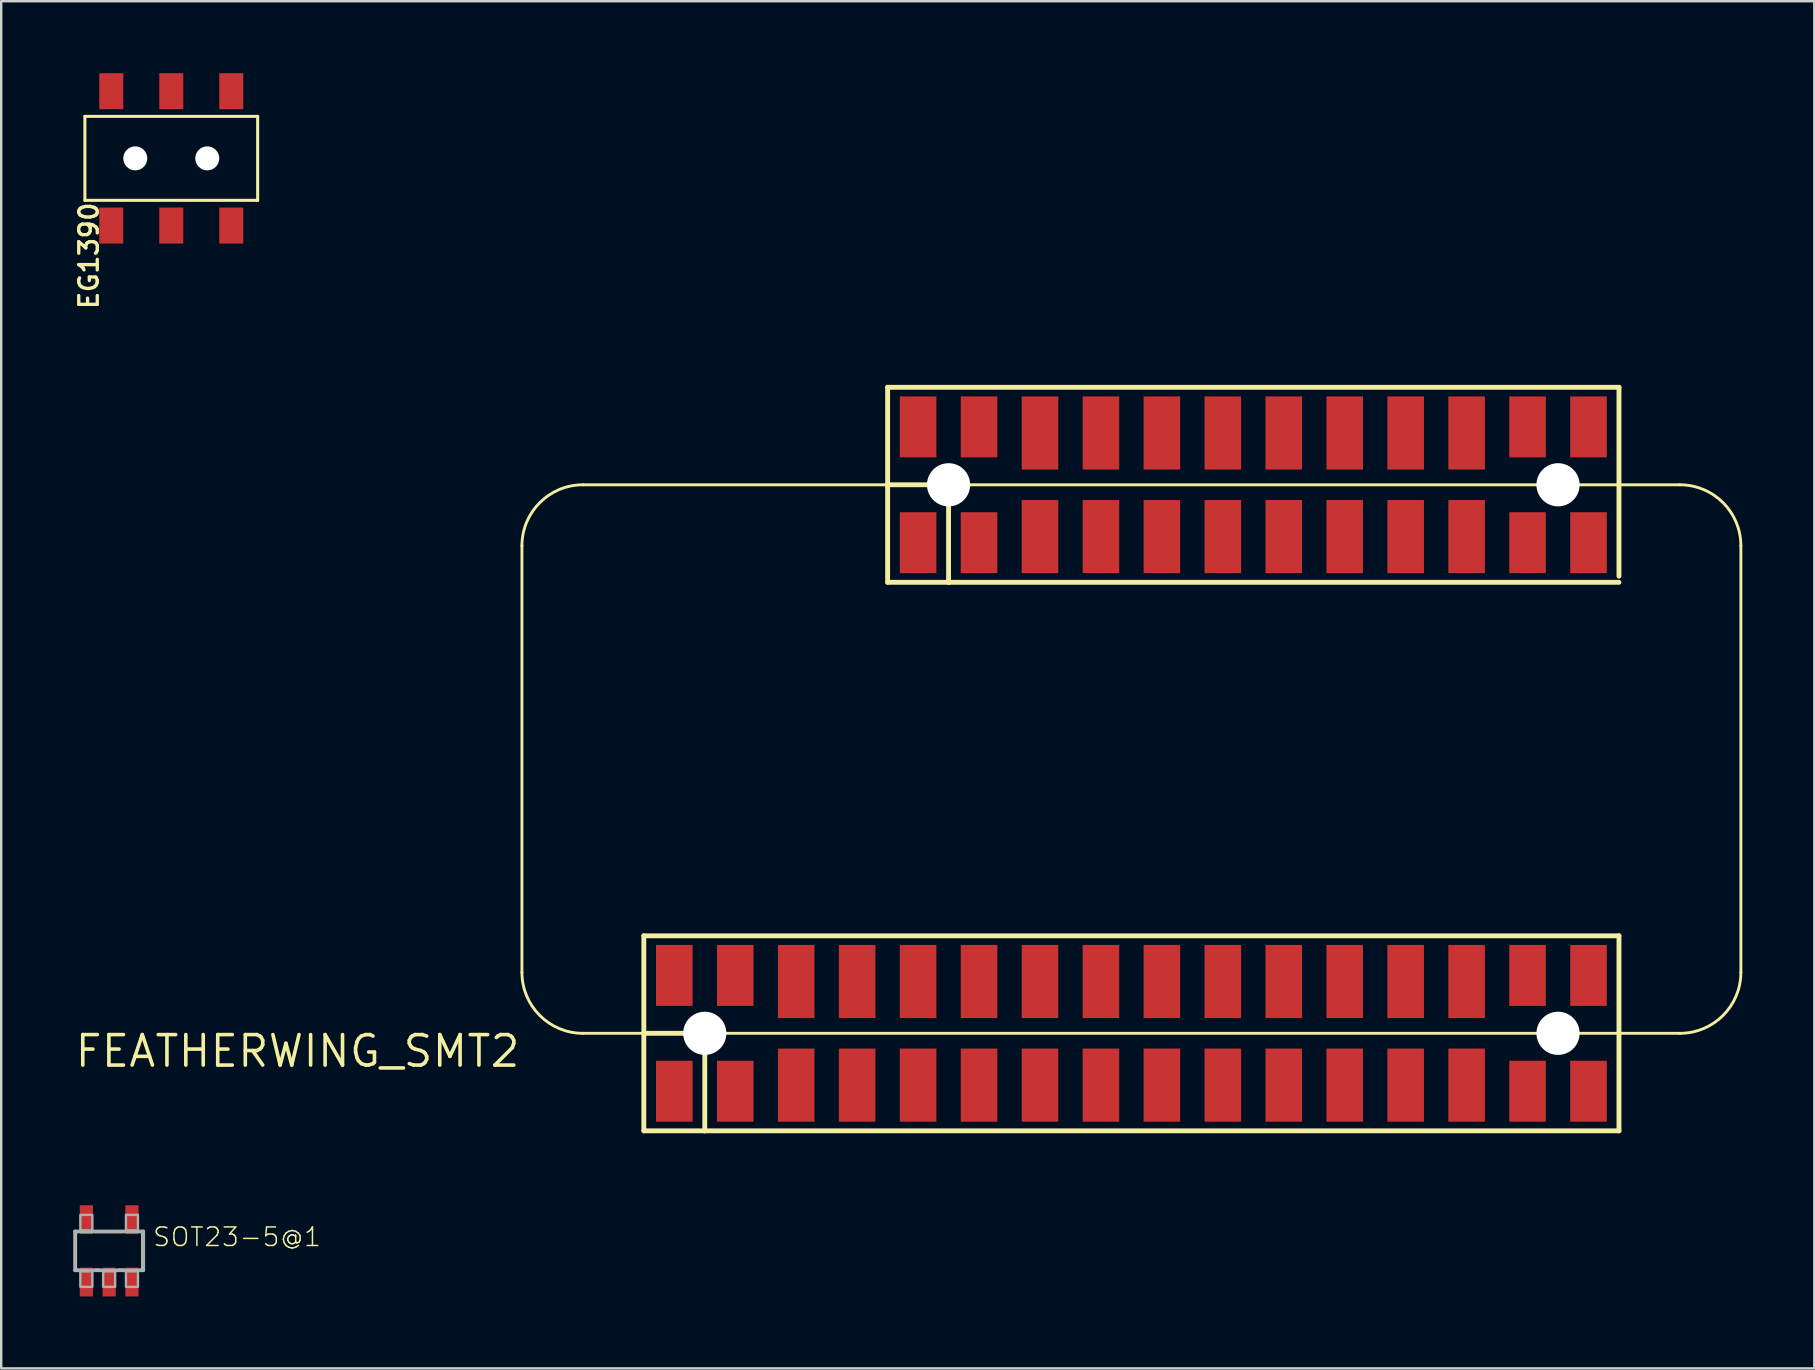
<source format=kicad_pcb>
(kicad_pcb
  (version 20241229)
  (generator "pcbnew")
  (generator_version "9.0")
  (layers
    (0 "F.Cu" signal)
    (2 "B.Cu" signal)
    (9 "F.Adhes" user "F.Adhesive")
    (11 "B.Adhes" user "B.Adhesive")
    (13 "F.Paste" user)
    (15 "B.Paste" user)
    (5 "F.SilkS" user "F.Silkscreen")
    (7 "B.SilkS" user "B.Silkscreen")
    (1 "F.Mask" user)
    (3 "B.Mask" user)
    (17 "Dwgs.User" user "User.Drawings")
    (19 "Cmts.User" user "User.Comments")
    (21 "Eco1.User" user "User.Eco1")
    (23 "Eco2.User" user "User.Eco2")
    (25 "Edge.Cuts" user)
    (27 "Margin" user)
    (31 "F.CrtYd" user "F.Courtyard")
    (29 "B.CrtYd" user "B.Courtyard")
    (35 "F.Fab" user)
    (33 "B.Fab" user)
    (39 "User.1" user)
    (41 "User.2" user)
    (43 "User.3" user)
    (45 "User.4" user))
  (footprint "FEATHERWING_SMT2"
    (layer "F.Cu")
    (at 18.702 40.014)
    (property "Reference" "FEATHERWING_SMT2" (at 0 0 0) (layer "F.SilkS") (effects (font (size 1.27 1.27) (thickness 0.15)) (justify right top)))
    (attr through_hole)
    (fp_line (start 0 -20.32) (end 0 -2.54) (stroke (width 0.12) (type solid)) (layer "F.SilkS"))
    (fp_line (start 2.54 0) (end 48.26 0) (stroke (width 0.12) (type solid)) (layer "F.SilkS"))
    (fp_line (start 5.08 -4.064) (end 45.72 -4.064) (stroke (width 0.203) (type solid)) (layer "F.SilkS"))
    (fp_line (start 5.08 0) (end 5.08 -4.064) (stroke (width 0.203) (type solid)) (layer "F.SilkS"))
    (fp_line (start 5.08 0) (end 7.62 0) (stroke (width 0.203) (type solid)) (layer "F.SilkS"))
    (fp_line (start 5.08 4.064) (end 5.08 0) (stroke (width 0.203) (type solid)) (layer "F.SilkS"))
    (fp_line (start 7.62 0) (end 7.62 4.064) (stroke (width 0.203) (type solid)) (layer "F.SilkS"))
    (fp_line (start 7.62 4.064) (end 5.08 4.064) (stroke (width 0.203) (type solid)) (layer "F.SilkS"))
    (fp_line (start 15.24 -26.924) (end 45.72 -26.924) (stroke (width 0.203) (type solid)) (layer "F.SilkS"))
    (fp_line (start 15.24 -22.86) (end 15.24 -26.924) (stroke (width 0.203) (type solid)) (layer "F.SilkS"))
    (fp_line (start 15.24 -22.86) (end 17.78 -22.86) (stroke (width 0.203) (type solid)) (layer "F.SilkS"))
    (fp_line (start 15.24 -18.796) (end 15.24 -22.86) (stroke (width 0.203) (type solid)) (layer "F.SilkS"))
    (fp_line (start 17.78 -22.86) (end 17.78 -18.796) (stroke (width 0.203) (type solid)) (layer "F.SilkS"))
    (fp_line (start 17.78 -18.796) (end 15.24 -18.796) (stroke (width 0.203) (type solid)) (layer "F.SilkS"))
    (fp_line (start 45.72 -22.86) (end 2.54 -22.86) (stroke (width 0.12) (type solid)) (layer "F.SilkS"))
    (fp_line (start 45.72 -22.86) (end 45.72 -26.924) (stroke (width 0.203) (type solid)) (layer "F.SilkS"))
    (fp_line (start 45.72 -19.05) (end 45.72 -22.86) (stroke (width 0.203) (type solid)) (layer "F.SilkS"))
    (fp_line (start 45.72 -18.796) (end 17.78 -18.796) (stroke (width 0.203) (type solid)) (layer "F.SilkS"))
    (fp_line (start 45.72 -4.064) (end 45.72 4.064) (stroke (width 0.203) (type solid)) (layer "F.SilkS"))
    (fp_line (start 45.72 4.064) (end 7.62 4.064) (stroke (width 0.203) (type solid)) (layer "F.SilkS"))
    (fp_line (start 48.26 -22.86) (end 45.72 -22.86) (stroke (width 0.12) (type solid)) (layer "F.SilkS"))
    (fp_line (start 50.8 -2.54) (end 50.8 -20.32) (stroke (width 0.12) (type solid)) (layer "F.SilkS"))
    (fp_arc (start 0 -20.32) (mid 0.743949 -22.116051) (end 2.54 -22.86) (stroke (width 0.12) (type solid)) (layer "F.SilkS"))
    (fp_arc (start 2.54 0) (mid 0.743949 -0.743949) (end 0 -2.54) (stroke (width 0.12) (type solid)) (layer "F.SilkS"))
    (fp_arc (start 48.26 -22.86) (mid 50.056051 -22.116051) (end 50.8 -20.32) (stroke (width 0.12) (type solid)) (layer "F.SilkS"))
    (fp_arc (start 50.8 -2.54) (mid 50.056051 -0.743949) (end 48.26 0) (stroke (width 0.12) (type solid)) (layer "F.SilkS"))
    (pad "" np_thru_hole circle (at 7.62 0) (size 1.8 1.8) (drill 1.8) (layers "*.Cu" "*.Mask"))
    (pad "" np_thru_hole circle (at 17.78 -22.86) (size 1.8 1.8) (drill 1.8) (layers "*.Cu" "*.Mask"))
    (pad "" np_thru_hole circle (at 43.18 -22.86) (size 1.8 1.8) (drill 1.8) (layers "*.Cu" "*.Mask"))
    (pad "" np_thru_hole circle (at 43.18 0) (size 1.8 1.8) (drill 1.8) (layers "*.Cu" "*.Mask"))
    (pad "1" smd rect (at 6.35 -2.413 90) (size 2.54 1.524) (layers "F.Cu" "F.Mask" "F.Paste"))
    (pad "1'" smd rect (at 6.35 2.413 90) (size 2.54 1.524) (layers "F.Cu" "F.Mask" "F.Paste"))
    (pad "2" smd rect (at 8.89 -2.413 270) (size 2.54 1.524) (layers "F.Cu" "F.Mask" "F.Paste"))
    (pad "2'" smd rect (at 8.89 2.413 90) (size 2.54 1.524) (layers "F.Cu" "F.Mask" "F.Paste"))
    (pad "3" smd rect (at 11.43 -2.159 270) (size 3.048 1.524) (layers "F.Cu" "F.Mask" "F.Paste"))
    (pad "3'" smd rect (at 11.43 2.159 90) (size 3.048 1.524) (layers "F.Cu" "F.Mask" "F.Paste"))
    (pad "4" smd rect (at 13.97 -2.159 270) (size 3.048 1.524) (layers "F.Cu" "F.Mask" "F.Paste"))
    (pad "4'" smd rect (at 13.97 2.159 90) (size 3.048 1.524) (layers "F.Cu" "F.Mask" "F.Paste"))
    (pad "5" smd rect (at 16.51 -2.159 270) (size 3.048 1.524) (layers "F.Cu" "F.Mask" "F.Paste"))
    (pad "5'" smd rect (at 16.51 2.159 90) (size 3.048 1.524) (layers "F.Cu" "F.Mask" "F.Paste"))
    (pad "6" smd rect (at 19.05 -2.159 270) (size 3.048 1.524) (layers "F.Cu" "F.Mask" "F.Paste"))
    (pad "6'" smd rect (at 19.05 2.159 90) (size 3.048 1.524) (layers "F.Cu" "F.Mask" "F.Paste"))
    (pad "7" smd rect (at 21.59 -2.159 270) (size 3.048 1.524) (layers "F.Cu" "F.Mask" "F.Paste"))
    (pad "7'" smd rect (at 21.59 2.159 90) (size 3.048 1.524) (layers "F.Cu" "F.Mask" "F.Paste"))
    (pad "8" smd rect (at 24.13 -2.159 270) (size 3.048 1.524) (layers "F.Cu" "F.Mask" "F.Paste"))
    (pad "8'" smd rect (at 24.13 2.159 90) (size 3.048 1.524) (layers "F.Cu" "F.Mask" "F.Paste"))
    (pad "9" smd rect (at 26.67 -2.159 270) (size 3.048 1.524) (layers "F.Cu" "F.Mask" "F.Paste"))
    (pad "9'" smd rect (at 26.67 2.159 90) (size 3.048 1.524) (layers "F.Cu" "F.Mask" "F.Paste"))
    (pad "10" smd rect (at 29.21 -2.159 270) (size 3.048 1.524) (layers "F.Cu" "F.Mask" "F.Paste"))
    (pad "10'" smd rect (at 29.21 2.159 90) (size 3.048 1.524) (layers "F.Cu" "F.Mask" "F.Paste"))
    (pad "11" smd rect (at 31.75 -2.159 270) (size 3.048 1.524) (layers "F.Cu" "F.Mask" "F.Paste"))
    (pad "11'" smd rect (at 31.75 2.159 90) (size 3.048 1.524) (layers "F.Cu" "F.Mask" "F.Paste"))
    (pad "12" smd rect (at 34.29 -2.159 270) (size 3.048 1.524) (layers "F.Cu" "F.Mask" "F.Paste"))
    (pad "12'" smd rect (at 34.29 2.159 90) (size 3.048 1.524) (layers "F.Cu" "F.Mask" "F.Paste"))
    (pad "13" smd rect (at 36.83 -2.159 270) (size 3.048 1.524) (layers "F.Cu" "F.Mask" "F.Paste"))
    (pad "13'" smd rect (at 36.83 2.159 90) (size 3.048 1.524) (layers "F.Cu" "F.Mask" "F.Paste"))
    (pad "14" smd rect (at 39.37 -2.159 270) (size 3.048 1.524) (layers "F.Cu" "F.Mask" "F.Paste"))
    (pad "14'" smd rect (at 39.37 2.159 90) (size 3.048 1.524) (layers "F.Cu" "F.Mask" "F.Paste"))
    (pad "15" smd rect (at 41.91 -2.413 270) (size 2.54 1.524) (layers "F.Cu" "F.Mask" "F.Paste"))
    (pad "15'" smd rect (at 41.91 2.413 90) (size 2.54 1.524) (layers "F.Cu" "F.Mask" "F.Paste"))
    (pad "16" smd rect (at 44.45 -2.413 270) (size 2.54 1.524) (layers "F.Cu" "F.Mask" "F.Paste"))
    (pad "16'" smd rect (at 44.45 2.413 90) (size 2.54 1.524) (layers "F.Cu" "F.Mask" "F.Paste"))
    (pad "17" smd rect (at 44.45 -20.447 90) (size 2.54 1.524) (layers "F.Cu" "F.Mask" "F.Paste"))
    (pad "17'" smd rect (at 44.45 -25.273 270) (size 2.54 1.524) (layers "F.Cu" "F.Mask" "F.Paste"))
    (pad "18" smd rect (at 41.91 -20.447 90) (size 2.54 1.524) (layers "F.Cu" "F.Mask" "F.Paste"))
    (pad "18'" smd rect (at 41.91 -25.273 270) (size 2.54 1.524) (layers "F.Cu" "F.Mask" "F.Paste"))
    (pad "19" smd rect (at 39.37 -20.701 90) (size 3.048 1.524) (layers "F.Cu" "F.Mask" "F.Paste"))
    (pad "19'" smd rect (at 39.37 -25.019 270) (size 3.048 1.524) (layers "F.Cu" "F.Mask" "F.Paste"))
    (pad "20" smd rect (at 36.83 -20.701 90) (size 3.048 1.524) (layers "F.Cu" "F.Mask" "F.Paste"))
    (pad "20'" smd rect (at 36.83 -25.019 270) (size 3.048 1.524) (layers "F.Cu" "F.Mask" "F.Paste"))
    (pad "21" smd rect (at 34.29 -20.701 90) (size 3.048 1.524) (layers "F.Cu" "F.Mask" "F.Paste"))
    (pad "21'" smd rect (at 34.29 -25.019 270) (size 3.048 1.524) (layers "F.Cu" "F.Mask" "F.Paste"))
    (pad "22" smd rect (at 31.75 -20.701 90) (size 3.048 1.524) (layers "F.Cu" "F.Mask" "F.Paste"))
    (pad "22'" smd rect (at 31.75 -25.019 270) (size 3.048 1.524) (layers "F.Cu" "F.Mask" "F.Paste"))
    (pad "23" smd rect (at 29.21 -20.701 90) (size 3.048 1.524) (layers "F.Cu" "F.Mask" "F.Paste"))
    (pad "23'" smd rect (at 29.21 -25.019 270) (size 3.048 1.524) (layers "F.Cu" "F.Mask" "F.Paste"))
    (pad "24" smd rect (at 26.67 -20.701 90) (size 3.048 1.524) (layers "F.Cu" "F.Mask" "F.Paste"))
    (pad "24'" smd rect (at 26.67 -25.019 270) (size 3.048 1.524) (layers "F.Cu" "F.Mask" "F.Paste"))
    (pad "25" smd rect (at 24.13 -20.701 90) (size 3.048 1.524) (layers "F.Cu" "F.Mask" "F.Paste"))
    (pad "25'" smd rect (at 24.13 -25.019 270) (size 3.048 1.524) (layers "F.Cu" "F.Mask" "F.Paste"))
    (pad "26" smd rect (at 21.59 -20.701 90) (size 3.048 1.524) (layers "F.Cu" "F.Mask" "F.Paste"))
    (pad "26'" smd rect (at 21.59 -25.019 270) (size 3.048 1.524) (layers "F.Cu" "F.Mask" "F.Paste"))
    (pad "27" smd rect (at 19.05 -20.447 90) (size 2.54 1.524) (layers "F.Cu" "F.Mask" "F.Paste"))
    (pad "27'" smd rect (at 19.05 -25.273 270) (size 2.54 1.524) (layers "F.Cu" "F.Mask" "F.Paste"))
    (pad "28" smd rect (at 16.51 -20.447 90) (size 2.54 1.524) (layers "F.Cu" "F.Mask" "F.Paste"))
    (pad "28'" smd rect (at 16.51 -25.273 90) (size 2.54 1.524) (layers "F.Cu" "F.Mask" "F.Paste")))
  (footprint "EG1390"
    (layer "F.Cu")
    (at 4.088 3.55)
    (property "Reference" "EG1390" (at -3.886 1.764 270) (layer "F.SilkS") (effects (font (size 0.772 0.772) (thickness 0.139)) (justify right top)))
    (attr through_hole)
    (fp_line (start -3.6 -1.75) (end 3.6 -1.75) (stroke (width 0.127) (type solid)) (layer "F.SilkS"))
    (fp_line (start -3.6 1.75) (end -3.6 -1.75) (stroke (width 0.127) (type solid)) (layer "F.SilkS"))
    (fp_line (start 3.6 -1.75) (end 3.6 1.75) (stroke (width 0.127) (type solid)) (layer "F.SilkS"))
    (fp_line (start 3.6 1.75) (end -3.6 1.75) (stroke (width 0.127) (type solid)) (layer "F.SilkS"))
    (pad "" np_thru_hole circle (at -1.5 0) (size 1 1) (drill 1) (layers "*.Cu" "*.Mask"))
    (pad "" np_thru_hole circle (at 1.5 0) (size 1 1) (drill 1) (layers "*.Cu" "*.Mask"))
    (pad "O1" smd rect (at -2.5 -2.8) (size 1 1.5) (layers "F.Cu" "F.Mask" "F.Paste"))
    (pad "O2" smd rect (at -2.5 2.8) (size 1 1.5) (layers "F.Cu" "F.Mask" "F.Paste"))
    (pad "P1" smd rect (at 0 -2.8) (size 1 1.5) (layers "F.Cu" "F.Mask" "F.Paste"))
    (pad "P2" smd rect (at 0 2.8) (size 1 1.5) (layers "F.Cu" "F.Mask" "F.Paste"))
    (pad "S1" smd rect (at 2.5 -2.8) (size 1 1.5) (layers "F.Cu" "F.Mask" "F.Paste"))
    (pad "S2" smd rect (at 2.5 2.8) (size 1 1.5) (layers "F.Cu" "F.Mask" "F.Paste")))
  (footprint "SOT23-5@1"
    (layer "F.Cu")
    (at 1.499 49.08)
    (property "Reference" "SOT23-5@1" (at 1.778 -0.127 0) (layer "F.SilkS") (effects (font (size 0.772 0.772) (thickness 0.062)) (justify left bottom)))
    (attr through_hole)
    (fp_line (start -1.4 -0.8) (end -1.4 0.8) (stroke (width 0.127) (type solid)) (layer "F.SilkS"))
    (fp_line (start -1.4 0.8) (end -1.3 0.8) (stroke (width 0.127) (type solid)) (layer "F.SilkS"))
    (fp_line (start -1.3 -0.8) (end -1.4 -0.8) (stroke (width 0.127) (type solid)) (layer "F.SilkS"))
    (fp_line (start -0.6 -0.8) (end 0.6 -0.8) (stroke (width 0.127) (type solid)) (layer "F.SilkS"))
    (fp_line (start -0.6 0.8) (end -0.4 0.8) (stroke (width 0.127) (type solid)) (layer "F.SilkS"))
    (fp_line (start 0.4 0.8) (end 0.6 0.8) (stroke (width 0.127) (type solid)) (layer "F.SilkS"))
    (fp_line (start 1.3 -0.8) (end 1.4 -0.8) (stroke (width 0.127) (type solid)) (layer "F.SilkS"))
    (fp_line (start 1.4 -0.8) (end 1.4 0.8) (stroke (width 0.127) (type solid)) (layer "F.SilkS"))
    (fp_line (start 1.4 0.8) (end 1.3 0.8) (stroke (width 0.127) (type solid)) (layer "F.SilkS"))
    (fp_line (start -1.422 -0.81) (end 1.422 -0.81) (stroke (width 0.152) (type solid)) (layer "F.Fab"))
    (fp_line (start -1.422 0.81) (end -1.422 -0.81) (stroke (width 0.152) (type solid)) (layer "F.Fab"))
    (fp_line (start 1.422 -0.81) (end 1.422 0.81) (stroke (width 0.152) (type solid)) (layer "F.Fab"))
    (fp_line (start 1.422 0.81) (end -1.422 0.81) (stroke (width 0.152) (type solid)) (layer "F.Fab"))
    (fp_poly (pts (xy -1.2 -0.85) (xy -0.7 -0.85) (xy -0.7 -1.5) (xy -1.2 -1.5)) (stroke (width 0.1) (type solid)) (fill no) (layer "F.Fab"))
    (fp_poly (pts (xy -1.2 1.5) (xy -0.7 1.5) (xy -0.7 0.85) (xy -1.2 0.85)) (stroke (width 0.1) (type solid)) (fill no) (layer "F.Fab"))
    (fp_poly (pts (xy -0.25 1.5) (xy 0.25 1.5) (xy 0.25 0.85) (xy -0.25 0.85)) (stroke (width 0.1) (type solid)) (fill no) (layer "F.Fab"))
    (fp_poly (pts (xy 0.7 -0.85) (xy 1.2 -0.85) (xy 1.2 -1.5) (xy 0.7 -1.5)) (stroke (width 0.1) (type solid)) (fill no) (layer "F.Fab"))
    (fp_poly (pts (xy 0.7 1.5) (xy 1.2 1.5) (xy 1.2 0.85) (xy 0.7 0.85)) (stroke (width 0.1) (type solid)) (fill no) (layer "F.Fab"))
    (pad "1" smd rect (at -0.95 1.3) (size 0.55 1.2) (layers "F.Cu" "F.Mask" "F.Paste"))
    (pad "2" smd rect (at 0 1.3) (size 0.55 1.2) (layers "F.Cu" "F.Mask" "F.Paste"))
    (pad "3" smd rect (at 0.95 1.3) (size 0.55 1.2) (layers "F.Cu" "F.Mask" "F.Paste"))
    (pad "4" smd rect (at 0.95 -1.3) (size 0.55 1.2) (layers "F.Cu" "F.Mask" "F.Paste"))
    (pad "5" smd rect (at -0.95 -1.3) (size 0.55 1.2) (layers "F.Cu" "F.Mask" "F.Paste")))
  (gr_rect
    (start -3 -3)
    (end 72.562 53.98)
    (stroke (width 0.1) (type default))
    (fill no)
    (layer "Edge.Cuts")))
</source>
